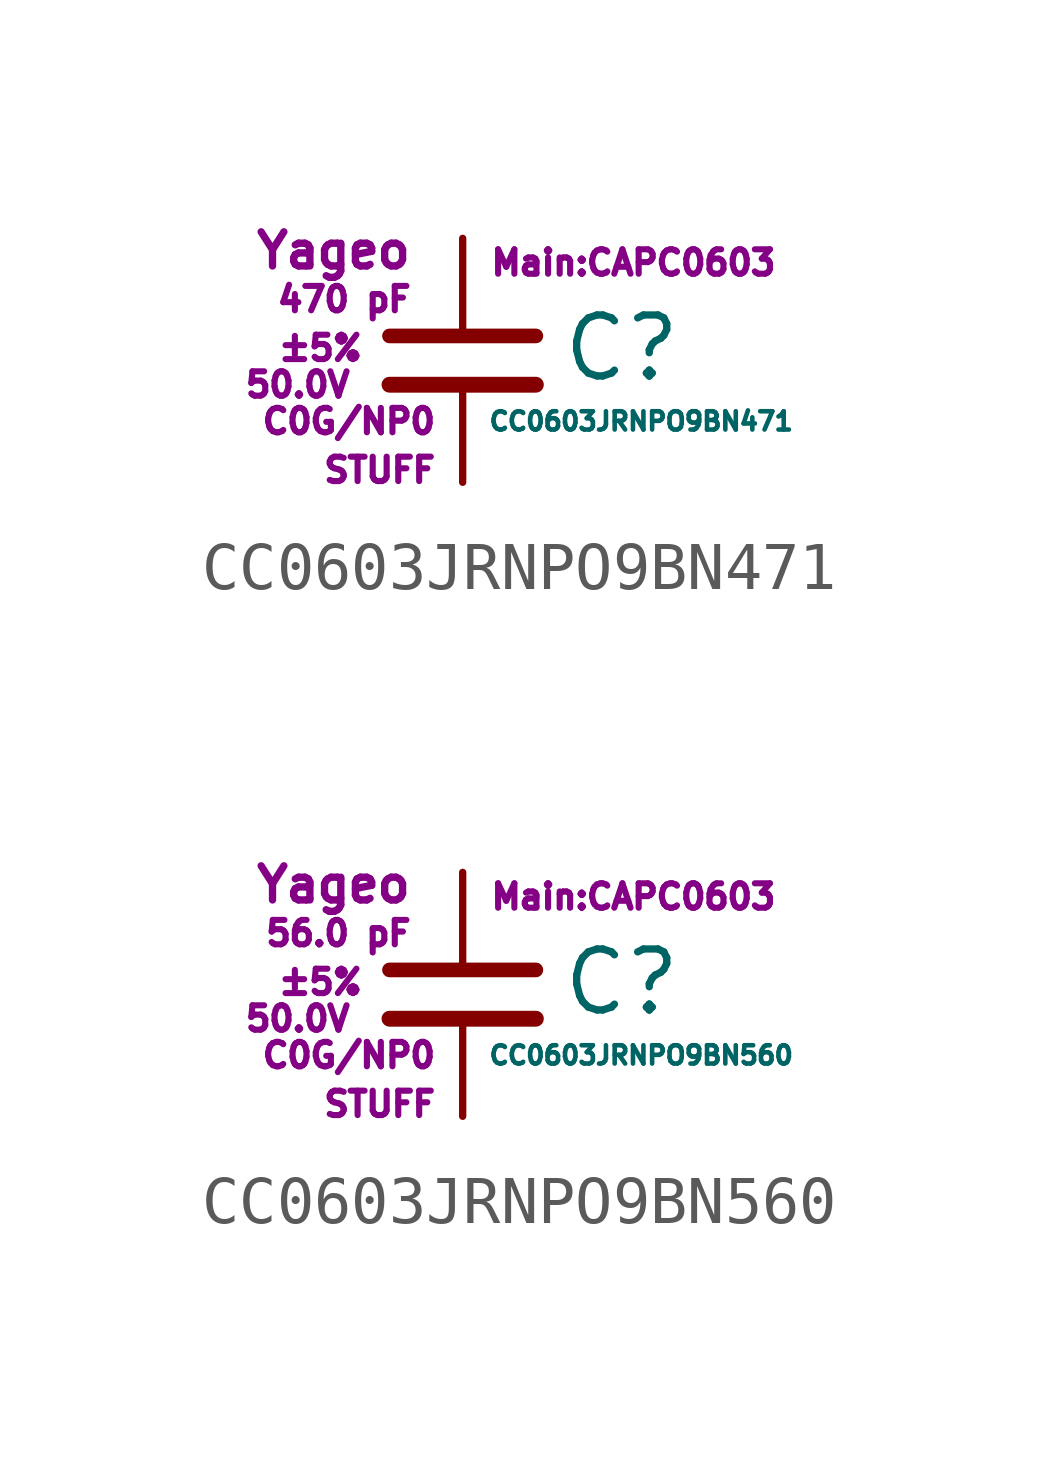
<source format=kicad_sym>
(kicad_symbol_lib
  (version 20211014)
  (generator kicad_symbol_editor)
  (symbol "CC0603JRNPO9BN471"
    (pin_numbers hide)
    (pin_names
      (offset 0.254) hide)
    (property "Reference" "C"
      (at 2.032 0.254 0)
      (effects (font (size 1.27 1.27)) (justify left)))
    (property "Value" "CC0603JRNPO9BN471"
      (at 0.508 -1.27 0)
      (effects (font (size 0.381 0.381)) (justify left)))
    (property "Footprint" "Main:CAPC0603"
      (at 3.556 2.032 0)
      (effects (font (size 0.508 0.508))))
    (property "Datasheet" ""
      (at 0.762 0.508 0)
      (effects (font (size 1.27 1.27))))
    (property "Manufacturer" "Yageo"
      (at -1.016 2.286 0)
      (effects (font (size 0.711 0.711)) (justify right)))
    (property "SKU" "STUFF"
      (at -0.508 -2.286 0)
      (effects (font (size 0.508 0.508)) (justify right)))
    (property "C" "470 pF"
      (at -1.016 1.27 0)
      (effects (font (size 0.508 0.508)) (justify right)))
    (property "Tol" "±5%"
      (at -2.032 0.254 0)
      (effects (font (size 0.508 0.508)) (justify right)))
    (property "Vmax" "50.0V"
      (at -2.286 -0.508 0)
      (effects (font (size 0.508 0.508)) (justify right)))
    (property "Type" "C0G/NP0"
      (at -0.508 -1.27 0)
      (effects (font (size 0.508 0.508)) (justify right)))
    (symbol "CC0603JRNPO9BN471_0_1"
      (polyline (pts (xy -1.524 -0.508) (xy 1.524 -0.508)) (stroke (width 0.33) (type default) (color 0 0 0 0)) (fill (type none)))
      (polyline (pts (xy -1.524 0.508) (xy 1.524 0.508)) (stroke (width 0.305) (type default) (color 0 0 0 0)) (fill (type none))))
    (symbol "CC0603JRNPO9BN471_1_1"
      (pin passive line (at 0 2.54 270) (length 1.905) (name "~" (effects (font (size 1.016 1.016)))) (number "1" (effects (font (size 1.016 1.016)))))
      (pin passive line (at 0 -2.54 90) (length 2.032) (name "~" (effects (font (size 1.016 1.016)))) (number "2" (effects (font (size 1.016 1.016)))))))
  (symbol "CC0603JRNPO9BN560"
    (pin_numbers hide)
    (pin_names
      (offset 0.254) hide)
    (property "Reference" "C"
      (at 2.032 0.254 0)
      (effects (font (size 1.27 1.27)) (justify left)))
    (property "Value" "CC0603JRNPO9BN560"
      (at 0.508 -1.27 0)
      (effects (font (size 0.381 0.381)) (justify left)))
    (property "Footprint" "Main:CAPC0603"
      (at 3.556 2.032 0)
      (effects (font (size 0.508 0.508))))
    (property "Datasheet" ""
      (at 0.762 0.508 0)
      (effects (font (size 1.27 1.27))))
    (property "Manufacturer" "Yageo"
      (at -1.016 2.286 0)
      (effects (font (size 0.711 0.711)) (justify right)))
    (property "SKU" "STUFF"
      (at -0.508 -2.286 0)
      (effects (font (size 0.508 0.508)) (justify right)))
    (property "C" "56.0 pF"
      (at -1.016 1.27 0)
      (effects (font (size 0.508 0.508)) (justify right)))
    (property "Tol" "±5%"
      (at -2.032 0.254 0)
      (effects (font (size 0.508 0.508)) (justify right)))
    (property "Vmax" "50.0V"
      (at -2.286 -0.508 0)
      (effects (font (size 0.508 0.508)) (justify right)))
    (property "Type" "C0G/NP0"
      (at -0.508 -1.27 0)
      (effects (font (size 0.508 0.508)) (justify right)))
    (symbol "CC0603JRNPO9BN560_0_1"
      (polyline (pts (xy -1.524 -0.508) (xy 1.524 -0.508)) (stroke (width 0.33) (type default) (color 0 0 0 0)) (fill (type none)))
      (polyline (pts (xy -1.524 0.508) (xy 1.524 0.508)) (stroke (width 0.305) (type default) (color 0 0 0 0)) (fill (type none))))
    (symbol "CC0603JRNPO9BN560_1_1"
      (pin passive line (at 0 2.54 270) (length 1.905) (name "~" (effects (font (size 1.016 1.016)))) (number "1" (effects (font (size 1.016 1.016)))))
      (pin passive line (at 0 -2.54 90) (length 2.032) (name "~" (effects (font (size 1.016 1.016)))) (number "2" (effects (font (size 1.016 1.016))))))))
</source>
